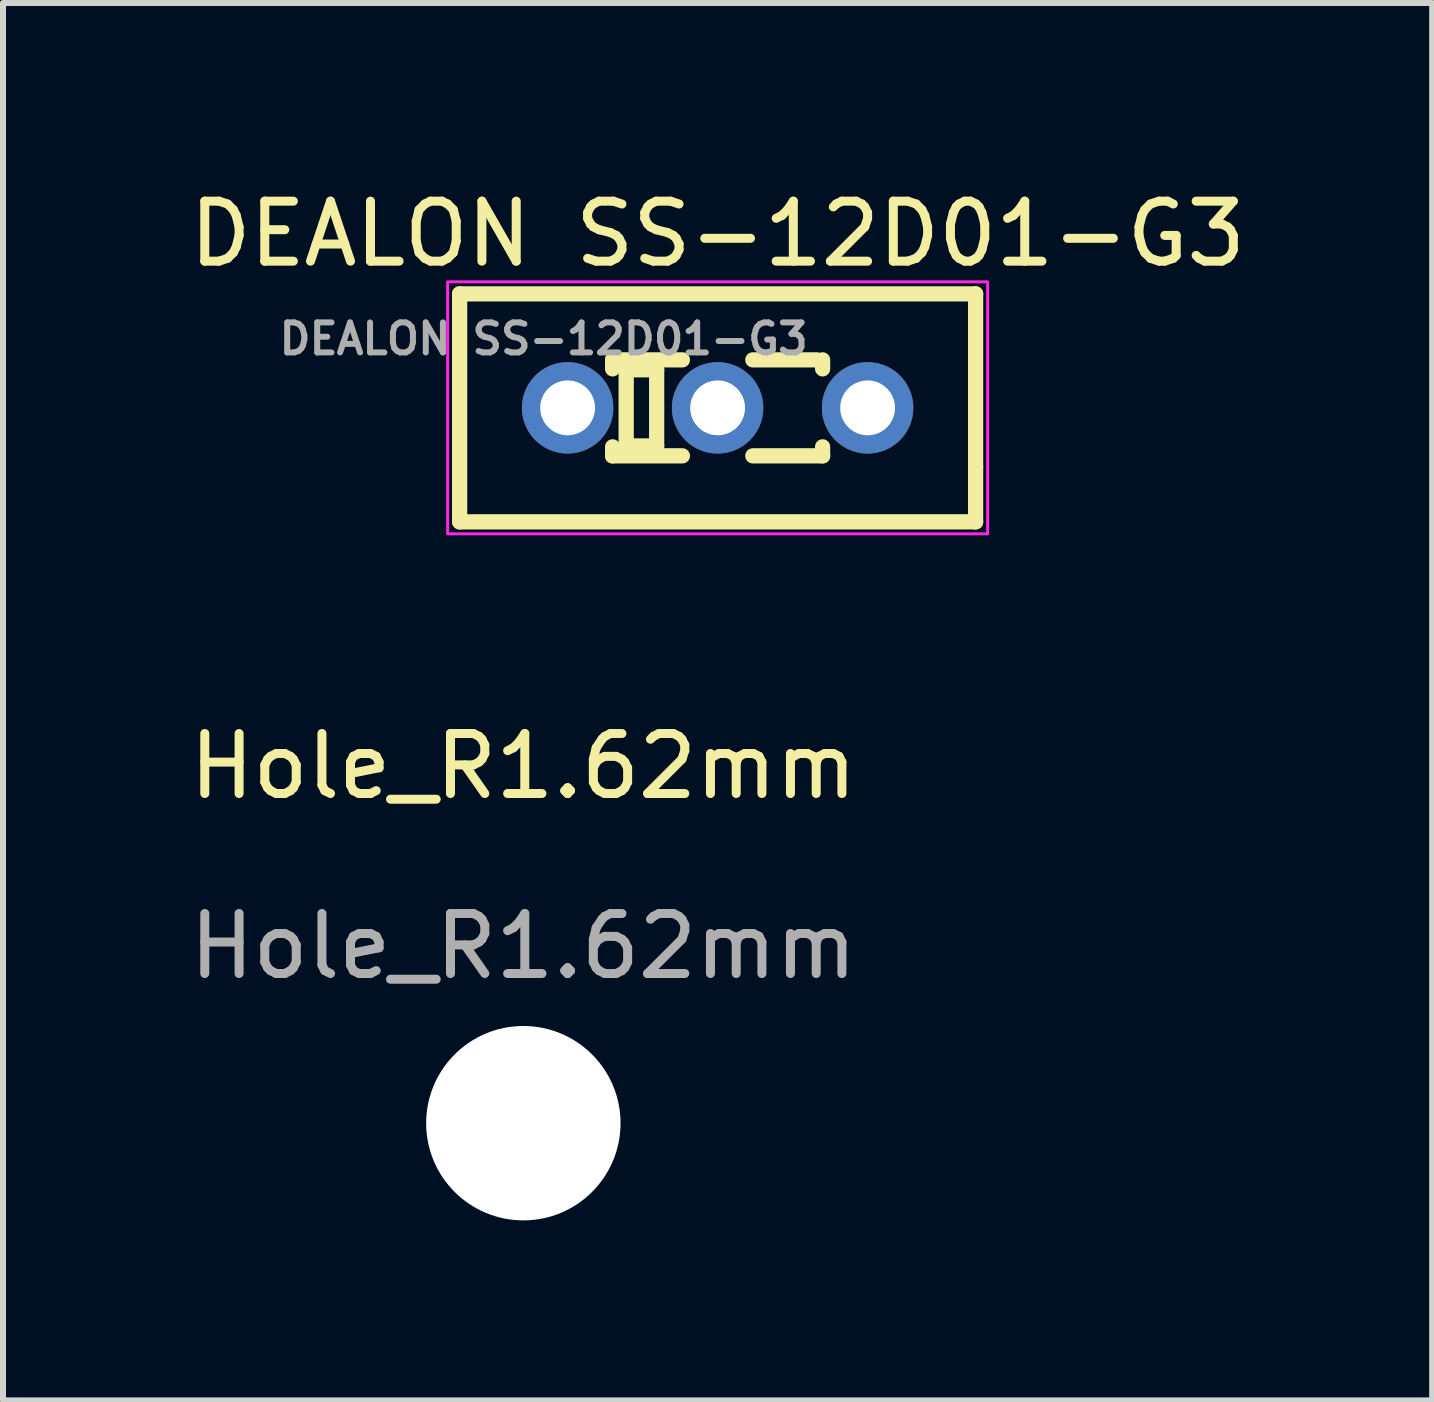
<source format=kicad_pcb>
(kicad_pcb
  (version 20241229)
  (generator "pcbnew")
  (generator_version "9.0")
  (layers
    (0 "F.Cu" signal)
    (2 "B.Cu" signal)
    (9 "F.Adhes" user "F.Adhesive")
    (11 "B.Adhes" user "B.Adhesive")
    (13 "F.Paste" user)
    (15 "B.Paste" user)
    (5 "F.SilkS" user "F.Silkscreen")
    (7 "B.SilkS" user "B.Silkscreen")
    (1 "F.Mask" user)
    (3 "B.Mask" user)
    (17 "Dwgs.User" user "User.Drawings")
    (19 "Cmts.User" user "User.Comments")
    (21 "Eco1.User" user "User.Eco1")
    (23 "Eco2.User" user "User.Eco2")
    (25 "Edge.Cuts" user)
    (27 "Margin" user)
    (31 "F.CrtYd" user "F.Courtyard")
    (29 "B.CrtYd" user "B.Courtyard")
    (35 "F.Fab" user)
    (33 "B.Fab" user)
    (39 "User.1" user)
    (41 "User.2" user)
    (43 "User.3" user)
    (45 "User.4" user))
  (footprint "Hole_R1.62mm"
    (layer "F.Cu")
    (at 5.723 15.671)
    (property "Reference" "Hole_R1.62mm" (at -0.05 -5.95 0) (unlocked yes) (layer "F.SilkS") (effects (font (size 1 1) (thickness 0.15))))
    (attr through_hole)
    (fp_text user "${REFERENCE}" (at -0.05 -2.95 0) (unlocked yes) (layer "F.Fab") (effects (font (size 1 1) (thickness 0.15))))
    (pad "" np_thru_hole circle (at -0.05 0) (size 3.24 3.24) (drill 3.24) (layers "*.Cu" "*.Mask")))
  (footprint "DEALON SS-12D01-G3"
    (layer "F.Cu")
    (at 8.911 3.748)
    (property "Reference" "DEALON SS-12D01-G3" (at 0 -2.9 0) (unlocked yes) (layer "F.SilkS") (effects (font (size 1 1) (thickness 0.15))))
    (attr smd)
    (fp_line (start -4.3 -1.9) (end -4.3 1.9) (stroke (width 0.254) (type solid)) (layer "F.SilkS"))
    (fp_line (start -4.3 -1.9) (end 4.3 -1.9) (stroke (width 0.254) (type solid)) (layer "F.SilkS"))
    (fp_line (start -4.3 1.9) (end 4.3 1.9) (stroke (width 0.254) (type solid)) (layer "F.SilkS"))
    (fp_line (start -1.75 -0.8) (end -1.75 -0.65) (stroke (width 0.254) (type solid)) (layer "F.SilkS"))
    (fp_line (start -1.75 -0.8) (end -0.587 -0.8) (stroke (width 0.254) (type solid)) (layer "F.SilkS"))
    (fp_line (start -1.75 0.8) (end -1.75 0.65) (stroke (width 0.254) (type solid)) (layer "F.SilkS"))
    (fp_line (start -1.75 0.8) (end -0.587 0.8) (stroke (width 0.254) (type solid)) (layer "F.SilkS"))
    (fp_line (start -1.524 -0.635) (end -1.016 -0.635) (stroke (width 0.254) (type solid)) (layer "F.SilkS"))
    (fp_line (start -1.524 0.635) (end -1.524 -0.635) (stroke (width 0.254) (type solid)) (layer "F.SilkS"))
    (fp_line (start -1.016 -0.635) (end -1.016 0.635) (stroke (width 0.254) (type solid)) (layer "F.SilkS"))
    (fp_line (start -1.016 0.635) (end -1.524 0.635) (stroke (width 0.254) (type solid)) (layer "F.SilkS"))
    (fp_line (start 0.587 -0.8) (end 1.651 -0.8) (stroke (width 0.254) (type solid)) (layer "F.SilkS"))
    (fp_line (start 0.587 0.8) (end 1.75 0.8) (stroke (width 0.254) (type solid)) (layer "F.SilkS"))
    (fp_line (start 1.75 -0.8) (end 1.75 -0.65) (stroke (width 0.254) (type solid)) (layer "F.SilkS"))
    (fp_line (start 1.75 0.65) (end 1.75 0.8) (stroke (width 0.254) (type solid)) (layer "F.SilkS"))
    (fp_line (start 4.3 -1.9) (end 4.3 0.983) (stroke (width 0.254) (type solid)) (layer "F.SilkS"))
    (fp_line (start 4.3 0.983) (end 4.3 1.9) (stroke (width 0.254) (type solid)) (layer "F.SilkS"))
    (fp_rect (start -4.5 -2.1) (end 4.5 2.1) (stroke (width 0.05) (type solid)) (fill no) (layer "F.CrtYd"))
    (fp_text user "${REFERENCE}" (at -2.9 -1.15 0) (unlocked yes) (layer "F.Fab") (effects (font (size 0.5 0.5) (thickness 0.1))))
    (pad "1" thru_hole circle (at -2.5 0) (size 1.524 1.524) (drill 0.914) (layers "*.Cu" "*.Mask"))
    (pad "2" thru_hole circle (at 0 0) (size 1.524 1.524) (drill 0.914) (layers "*.Cu" "*.Mask"))
    (pad "3" thru_hole circle (at 2.5 0) (size 1.524 1.524) (drill 0.914) (layers "*.Cu" "*.Mask")))
  (gr_rect
    (start -3 -3)
    (end 20.821 20.291)
    (stroke (width 0.1) (type default))
    (fill no)
    (layer "Edge.Cuts")))
</source>
